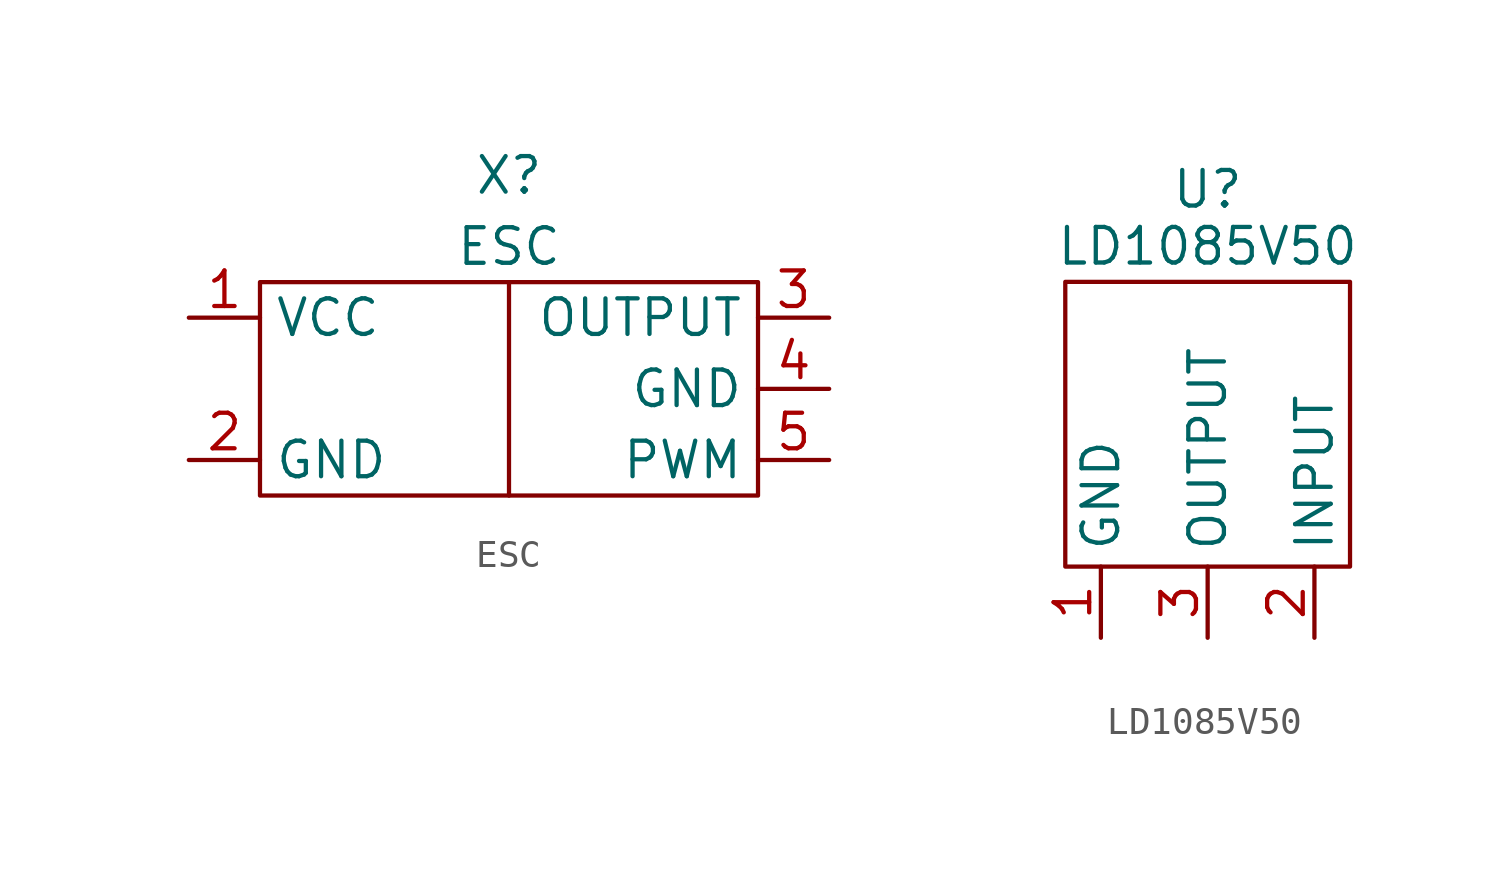
<source format=kicad_sym>
(kicad_symbol_lib
  (version 20241209)
  (generator "kicad_symbol_editor")
  (generator_version "9.0")
  (symbol "ESC"
    (property "Reference" "X"
      (at 0 7.62 0)
      (effects (font (size 1.27 1.27))))
    (property "Value" "ESC"
      (at 0 5.08 0)
      (effects (font (size 1.27 1.27))))
    (symbol "ESC_0_1"
      (rectangle (start -8.89 3.81) (end 8.89 -3.81) (stroke (width 0) (type default)) (fill (type none)))
      (polyline (pts (xy 0 -3.81) (xy 0 3.81)) (stroke (width 0) (type default)) (fill (type none))))
    (symbol "ESC_1_1"
      (pin power_in line (at -11.43 2.54 0) (length 2.54) (name "VCC" (effects (font (size 1.27 1.27)))) (number "1" (effects (font (size 1.27 1.27)))))
      (pin power_in line (at -11.43 -2.54 0) (length 2.54) (name "GND" (effects (font (size 1.27 1.27)))) (number "2" (effects (font (size 1.27 1.27)))))
      (pin power_out line (at 11.43 2.54 180) (length 2.54) (name "OUTPUT" (effects (font (size 1.27 1.27)))) (number "3" (effects (font (size 1.27 1.27)))))
      (pin power_out line (at 11.43 0 180) (length 2.54) (name "GND" (effects (font (size 1.27 1.27)))) (number "4" (effects (font (size 1.27 1.27)))))
      (pin input line (at 11.43 -2.54 180) (length 2.54) (name "PWM" (effects (font (size 1.27 1.27)))) (number "5" (effects (font (size 1.27 1.27)))))))
  (symbol "LD1085V50"
    (property "Reference" "U"
      (at 0 8.382 0)
      (effects (font (size 1.27 1.27))))
    (property "Value" "LD1085V50"
      (at 0 6.35 0)
      (effects (font (size 1.27 1.27))))
    (symbol "LD1085V50_0_1"
      (rectangle (start -5.08 5.08) (end 5.08 -5.08) (stroke (width 0) (type default)) (fill (type none))))
    (symbol "LD1085V50_1_1"
      (pin power_in line (at -3.81 -7.62 90) (length 2.54) (name "GND" (effects (font (size 1.27 1.27)))) (number "1" (effects (font (size 1.27 1.27)))))
      (pin power_out line (at 0 -7.62 90) (length 2.54) (name "OUTPUT" (effects (font (size 1.27 1.27)))) (number "3" (effects (font (size 1.27 1.27)))))
      (pin power_in line (at 3.81 -7.62 90) (length 2.54) (name "INPUT" (effects (font (size 1.27 1.27)))) (number "2" (effects (font (size 1.27 1.27))))))))
</source>
